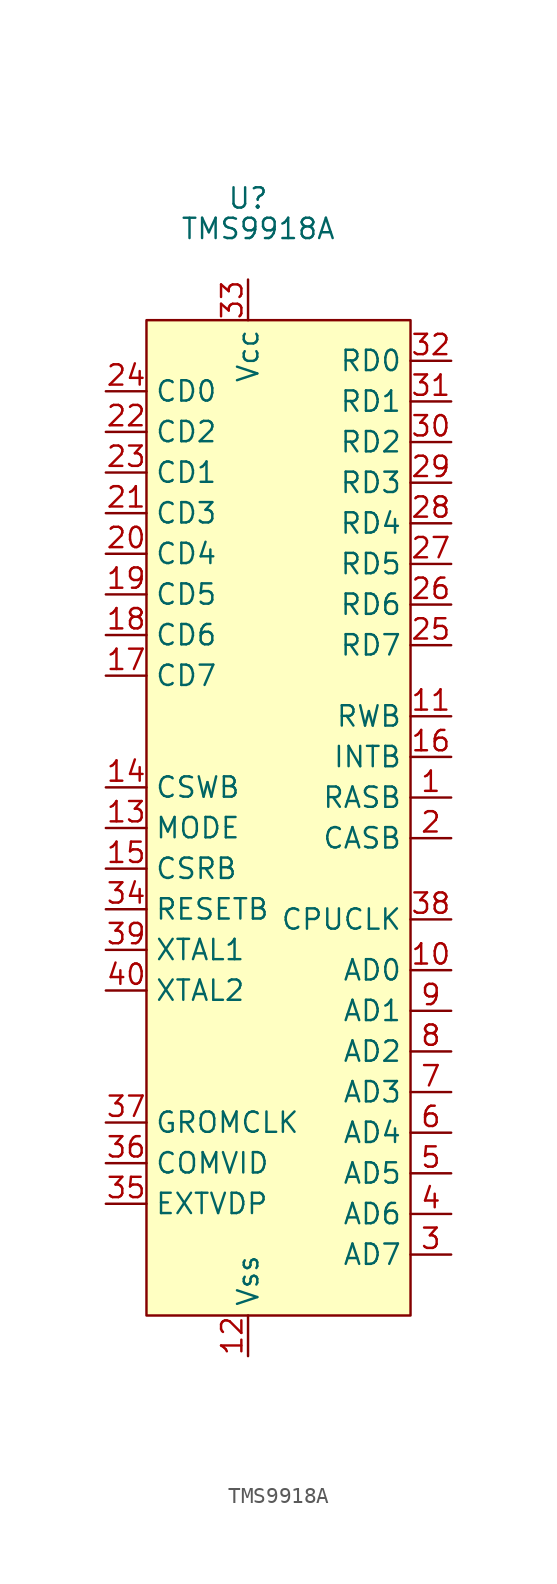
<source format=kicad_sym>
(kicad_symbol_lib
  (version 20220914)
  (generator kicad_symbol_editor)
  (symbol "TMS9918A"
    (property "Reference" "U"
      (at 0 30.48 0)
      (effects (font (size 1.27 1.27))))
    (property "Value" "TMS9918A"
      (at 0.635 28.575 0)
      (effects (font (size 1.27 1.27))))
    (symbol "TMS9918A_0_0"
      (text "" (at 8.89 -6.35 0) (effects (font (size 1.27 1.27)))))
    (symbol "TMS9918A_0_1"
      (rectangle (start -6.35 22.86) (end 10.16 -39.37) (stroke (width 0) (type solid)) (fill (type background))))
    (symbol "TMS9918A_1_0"
      (pin input line (at -8.89 -19.05 0) (length 2.54) (name "XTAL2" (effects (font (size 1.27 1.27)))) (number "40" (effects (font (size 1.27 1.27))))))
    (symbol "TMS9918A_1_1"
      (pin output line (at 12.7 -6.985 180) (length 2.54) (name "RASB" (effects (font (size 1.27 1.27)))) (number "1" (effects (font (size 1.27 1.27)))))
      (pin output line (at 12.7 -17.78 180) (length 2.54) (name "AD0" (effects (font (size 1.27 1.27)))) (number "10" (effects (font (size 1.27 1.27)))))
      (pin output line (at 12.7 -1.905 180) (length 2.54) (name "RWB" (effects (font (size 1.27 1.27)))) (number "11" (effects (font (size 1.27 1.27)))))
      (pin power_in line (at 0 -41.91 90) (length 2.54) (name "Vss" (effects (font (size 1.27 1.27)))) (number "12" (effects (font (size 1.27 1.27)))))
      (pin input line (at -8.89 -8.89 0) (length 2.54) (name "MODE" (effects (font (size 1.27 1.27)))) (number "13" (effects (font (size 1.27 1.27)))))
      (pin input line (at -8.89 -6.35 0) (length 2.54) (name "CSWB" (effects (font (size 1.27 1.27)))) (number "14" (effects (font (size 1.27 1.27)))))
      (pin input line (at -8.89 -11.43 0) (length 2.54) (name "CSRB" (effects (font (size 1.27 1.27)))) (number "15" (effects (font (size 1.27 1.27)))))
      (pin output line (at 12.7 -4.445 180) (length 2.54) (name "INTB" (effects (font (size 1.27 1.27)))) (number "16" (effects (font (size 1.27 1.27)))))
      (pin bidirectional line (at -8.89 0.635 0) (length 2.54) (name "CD7" (effects (font (size 1.27 1.27)))) (number "17" (effects (font (size 1.27 1.27)))))
      (pin bidirectional line (at -8.89 3.175 0) (length 2.54) (name "CD6" (effects (font (size 1.27 1.27)))) (number "18" (effects (font (size 1.27 1.27)))))
      (pin bidirectional line (at -8.89 5.715 0) (length 2.54) (name "CD5" (effects (font (size 1.27 1.27)))) (number "19" (effects (font (size 1.27 1.27)))))
      (pin output line (at 12.7 -9.525 180) (length 2.54) (name "CASB" (effects (font (size 1.27 1.27)))) (number "2" (effects (font (size 1.27 1.27)))))
      (pin bidirectional line (at -8.89 8.255 0) (length 2.54) (name "CD4" (effects (font (size 1.27 1.27)))) (number "20" (effects (font (size 1.27 1.27)))))
      (pin bidirectional line (at -8.89 10.795 0) (length 2.54) (name "CD3" (effects (font (size 1.27 1.27)))) (number "21" (effects (font (size 1.27 1.27)))))
      (pin bidirectional line (at -8.89 15.875 0) (length 2.54) (name "CD2" (effects (font (size 1.27 1.27)))) (number "22" (effects (font (size 1.27 1.27)))))
      (pin bidirectional line (at -8.89 13.335 0) (length 2.54) (name "CD1" (effects (font (size 1.27 1.27)))) (number "23" (effects (font (size 1.27 1.27)))))
      (pin bidirectional line (at -8.89 18.415 0) (length 2.54) (name "CD0" (effects (font (size 1.27 1.27)))) (number "24" (effects (font (size 1.27 1.27)))))
      (pin input line (at 12.7 2.54 180) (length 2.54) (name "RD7" (effects (font (size 1.27 1.27)))) (number "25" (effects (font (size 1.27 1.27)))))
      (pin input line (at 12.7 5.08 180) (length 2.54) (name "RD6" (effects (font (size 1.27 1.27)))) (number "26" (effects (font (size 1.27 1.27)))))
      (pin input line (at 12.7 7.62 180) (length 2.54) (name "RD5" (effects (font (size 1.27 1.27)))) (number "27" (effects (font (size 1.27 1.27)))))
      (pin input line (at 12.7 10.16 180) (length 2.54) (name "RD4" (effects (font (size 1.27 1.27)))) (number "28" (effects (font (size 1.27 1.27)))))
      (pin input line (at 12.7 12.7 180) (length 2.54) (name "RD3" (effects (font (size 1.27 1.27)))) (number "29" (effects (font (size 1.27 1.27)))))
      (pin output line (at 12.7 -35.56 180) (length 2.54) (name "AD7" (effects (font (size 1.27 1.27)))) (number "3" (effects (font (size 1.27 1.27)))))
      (pin input line (at 12.7 15.24 180) (length 2.54) (name "RD2" (effects (font (size 1.27 1.27)))) (number "30" (effects (font (size 1.27 1.27)))))
      (pin input line (at 12.7 17.78 180) (length 2.54) (name "RD1" (effects (font (size 1.27 1.27)))) (number "31" (effects (font (size 1.27 1.27)))))
      (pin input line (at 12.7 20.32 180) (length 2.54) (name "RD0" (effects (font (size 1.27 1.27)))) (number "32" (effects (font (size 1.27 1.27)))))
      (pin power_in line (at 0 25.4 270) (length 2.54) (name "Vcc" (effects (font (size 1.27 1.27)))) (number "33" (effects (font (size 1.27 1.27)))))
      (pin input line (at -8.89 -13.97 0) (length 2.54) (name "RESETB" (effects (font (size 1.27 1.27)))) (number "34" (effects (font (size 1.27 1.27)))))
      (pin bidirectional line (at -8.89 -32.385 0) (length 2.54) (name "EXTVDP" (effects (font (size 1.27 1.27)))) (number "35" (effects (font (size 1.27 1.27)))))
      (pin output line (at -8.89 -29.845 0) (length 2.54) (name "COMVID" (effects (font (size 1.27 1.27)))) (number "36" (effects (font (size 1.27 1.27)))))
      (pin output line (at -8.89 -27.305 0) (length 2.54) (name "GROMCLK" (effects (font (size 1.27 1.27)))) (number "37" (effects (font (size 1.27 1.27)))))
      (pin output line (at 12.7 -14.605 180) (length 2.54) (name "CPUCLK" (effects (font (size 1.27 1.27)))) (number "38" (effects (font (size 1.27 1.27)))))
      (pin input line (at -8.89 -16.51 0) (length 2.54) (name "XTAL1" (effects (font (size 1.27 1.27)))) (number "39" (effects (font (size 1.27 1.27)))))
      (pin output line (at 12.7 -33.02 180) (length 2.54) (name "AD6" (effects (font (size 1.27 1.27)))) (number "4" (effects (font (size 1.27 1.27)))))
      (pin output line (at 12.7 -30.48 180) (length 2.54) (name "AD5" (effects (font (size 1.27 1.27)))) (number "5" (effects (font (size 1.27 1.27)))))
      (pin output line (at 12.7 -27.94 180) (length 2.54) (name "AD4" (effects (font (size 1.27 1.27)))) (number "6" (effects (font (size 1.27 1.27)))))
      (pin output line (at 12.7 -25.4 180) (length 2.54) (name "AD3" (effects (font (size 1.27 1.27)))) (number "7" (effects (font (size 1.27 1.27)))))
      (pin output line (at 12.7 -22.86 180) (length 2.54) (name "AD2" (effects (font (size 1.27 1.27)))) (number "8" (effects (font (size 1.27 1.27)))))
      (pin output line (at 12.7 -20.32 180) (length 2.54) (name "AD1" (effects (font (size 1.27 1.27)))) (number "9" (effects (font (size 1.27 1.27))))))))
</source>
